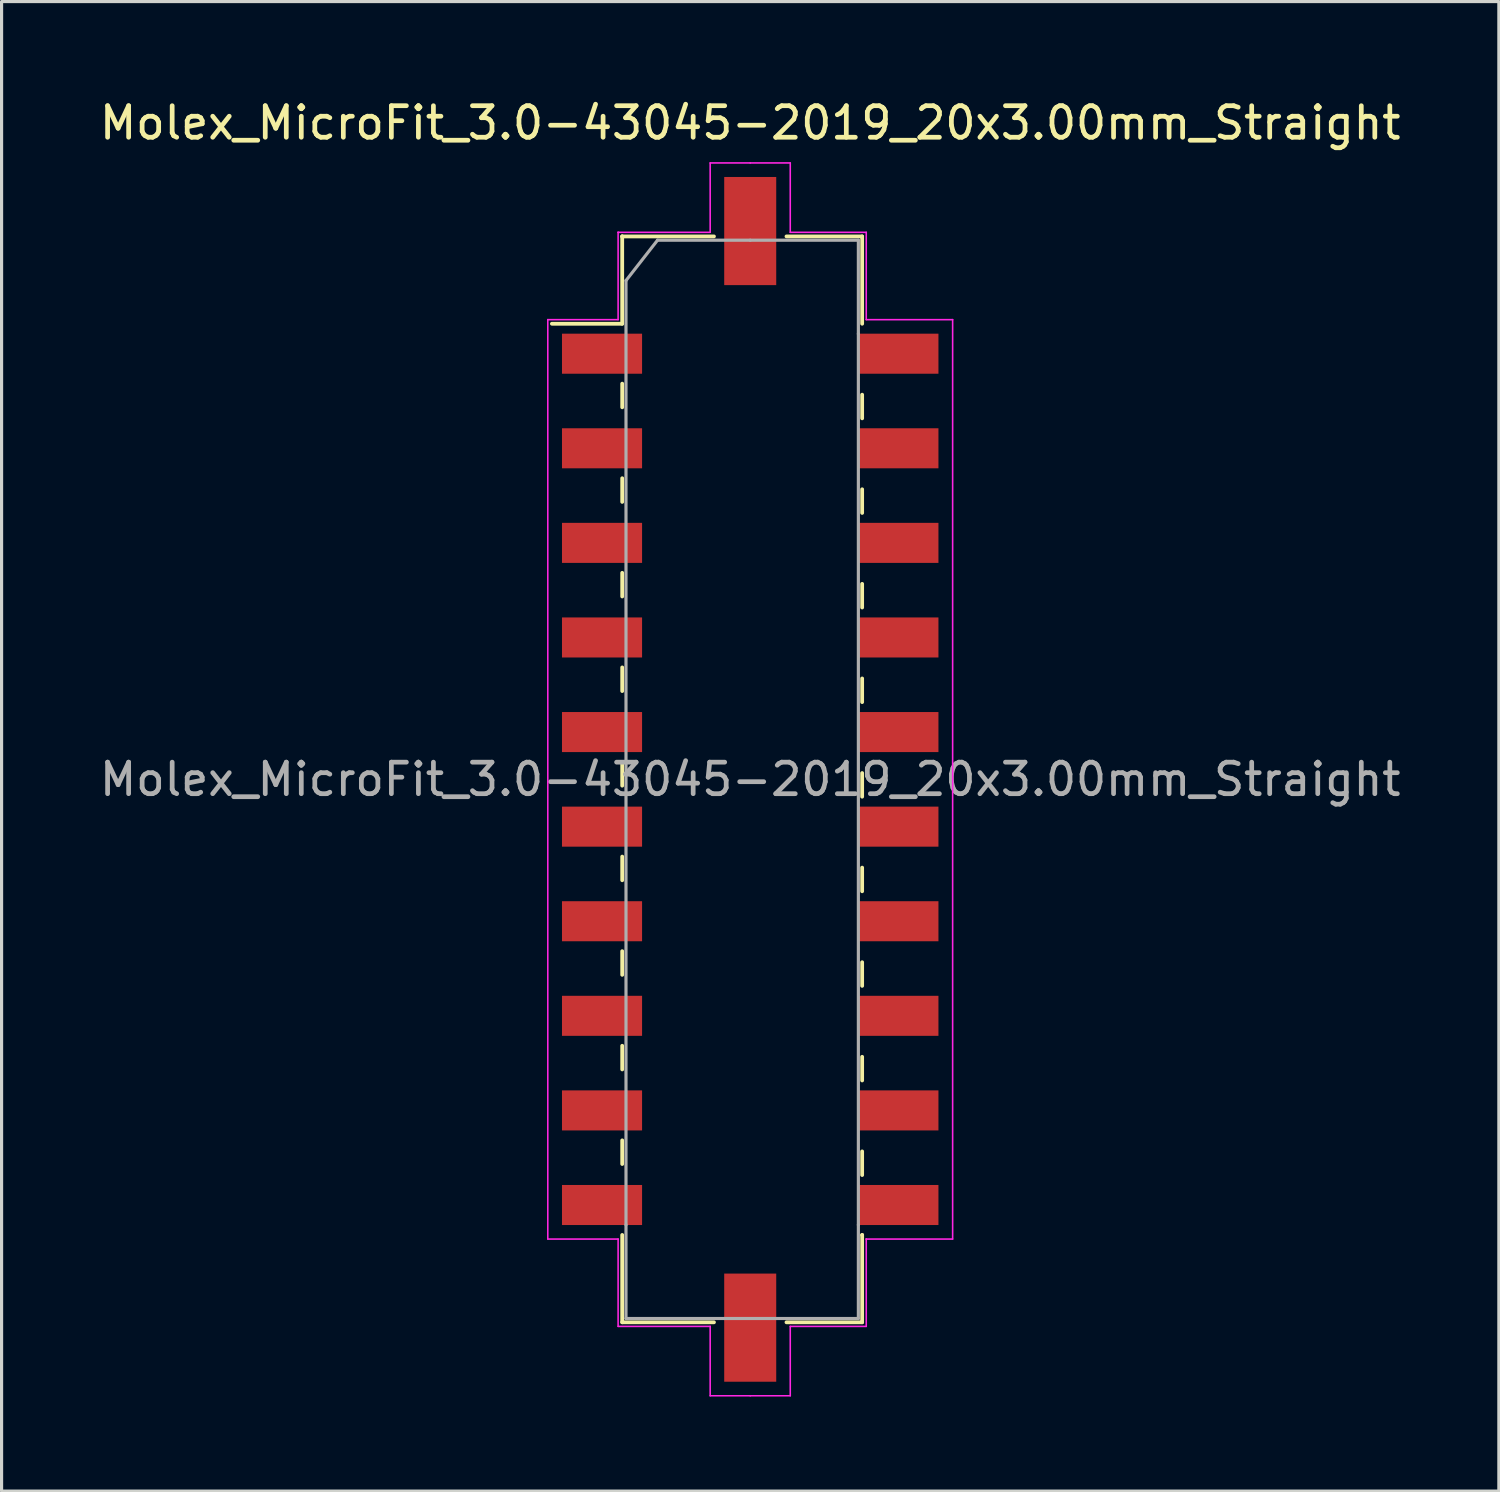
<source format=kicad_pcb>
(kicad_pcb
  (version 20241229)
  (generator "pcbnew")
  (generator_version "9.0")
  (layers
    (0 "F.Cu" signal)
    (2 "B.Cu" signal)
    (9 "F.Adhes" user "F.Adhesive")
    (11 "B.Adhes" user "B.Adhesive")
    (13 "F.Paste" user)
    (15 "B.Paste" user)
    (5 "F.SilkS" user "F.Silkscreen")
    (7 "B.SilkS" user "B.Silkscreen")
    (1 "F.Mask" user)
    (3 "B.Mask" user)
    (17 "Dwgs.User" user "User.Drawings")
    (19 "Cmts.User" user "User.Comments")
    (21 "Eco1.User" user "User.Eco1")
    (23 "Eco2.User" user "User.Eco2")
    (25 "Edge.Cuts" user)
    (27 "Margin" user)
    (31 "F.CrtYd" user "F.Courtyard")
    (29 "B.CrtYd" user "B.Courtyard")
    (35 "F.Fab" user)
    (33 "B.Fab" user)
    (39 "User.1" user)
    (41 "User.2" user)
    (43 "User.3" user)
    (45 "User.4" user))
  (footprint "Molex_MicroFit_3.0-43045-2019_20x3.00mm_Straight"
    (layer "F.Cu")
    (at 20.744 21.668)
    (property "Reference" "Molex_MicroFit_3.0-43045-2019_20x3.00mm_Straight" (at 0 -20.82 0) (layer "F.SilkS") (effects (font (size 1 1) (thickness 0.15))))
    (attr smd)
    (fp_line (start -6.29 -14.45) (end -4.06 -14.45) (stroke (width 0.12) (type solid)) (layer "F.SilkS"))
    (fp_line (start -4.06 -17.22) (end -4.06 -17.22) (stroke (width 0.12) (type solid)) (layer "F.SilkS"))
    (fp_line (start -4.06 -17.22) (end -1.15 -17.22) (stroke (width 0.12) (type solid)) (layer "F.SilkS"))
    (fp_line (start -4.06 -14.45) (end -4.06 -17.22) (stroke (width 0.12) (type solid)) (layer "F.SilkS"))
    (fp_line (start -4.06 -12.55) (end -4.06 -11.8) (stroke (width 0.12) (type solid)) (layer "F.SilkS"))
    (fp_line (start -4.06 -9.55) (end -4.06 -8.8) (stroke (width 0.12) (type solid)) (layer "F.SilkS"))
    (fp_line (start -4.06 -6.55) (end -4.06 -5.8) (stroke (width 0.12) (type solid)) (layer "F.SilkS"))
    (fp_line (start -4.06 -3.55) (end -4.06 -2.8) (stroke (width 0.12) (type solid)) (layer "F.SilkS"))
    (fp_line (start -4.06 -0.55) (end -4.06 0.2) (stroke (width 0.12) (type solid)) (layer "F.SilkS"))
    (fp_line (start -4.06 2.45) (end -4.06 3.2) (stroke (width 0.12) (type solid)) (layer "F.SilkS"))
    (fp_line (start -4.06 5.45) (end -4.06 6.2) (stroke (width 0.12) (type solid)) (layer "F.SilkS"))
    (fp_line (start -4.06 8.45) (end -4.06 9.2) (stroke (width 0.12) (type solid)) (layer "F.SilkS"))
    (fp_line (start -4.06 11.45) (end -4.06 12.2) (stroke (width 0.12) (type solid)) (layer "F.SilkS"))
    (fp_line (start -4.06 17.22) (end -4.06 14.45) (stroke (width 0.12) (type solid)) (layer "F.SilkS"))
    (fp_line (start -1.15 17.22) (end -4.06 17.22) (stroke (width 0.12) (type solid)) (layer "F.SilkS"))
    (fp_line (start 1.15 -17.22) (end 3.55 -17.22) (stroke (width 0.12) (type solid)) (layer "F.SilkS"))
    (fp_line (start 3.55 -17.22) (end 3.55 -14.45) (stroke (width 0.12) (type solid)) (layer "F.SilkS"))
    (fp_line (start 3.55 -11.45) (end 3.55 -12.2) (stroke (width 0.12) (type solid)) (layer "F.SilkS"))
    (fp_line (start 3.55 -8.45) (end 3.55 -9.2) (stroke (width 0.12) (type solid)) (layer "F.SilkS"))
    (fp_line (start 3.55 -5.45) (end 3.55 -6.2) (stroke (width 0.12) (type solid)) (layer "F.SilkS"))
    (fp_line (start 3.55 -2.45) (end 3.55 -3.2) (stroke (width 0.12) (type solid)) (layer "F.SilkS"))
    (fp_line (start 3.55 0.55) (end 3.55 -0.2) (stroke (width 0.12) (type solid)) (layer "F.SilkS"))
    (fp_line (start 3.55 3.55) (end 3.55 2.8) (stroke (width 0.12) (type solid)) (layer "F.SilkS"))
    (fp_line (start 3.55 6.55) (end 3.55 5.8) (stroke (width 0.12) (type solid)) (layer "F.SilkS"))
    (fp_line (start 3.55 9.55) (end 3.55 8.8) (stroke (width 0.12) (type solid)) (layer "F.SilkS"))
    (fp_line (start 3.55 12.55) (end 3.55 11.8) (stroke (width 0.12) (type solid)) (layer "F.SilkS"))
    (fp_line (start 3.55 14.45) (end 3.55 14.45) (stroke (width 0.12) (type solid)) (layer "F.SilkS"))
    (fp_line (start 3.55 14.45) (end 3.55 17.22) (stroke (width 0.12) (type solid)) (layer "F.SilkS"))
    (fp_line (start 3.55 17.22) (end 1.15 17.22) (stroke (width 0.12) (type solid)) (layer "F.SilkS"))
    (fp_line (start -6.42 -14.58) (end -4.19 -14.58) (stroke (width 0.05) (type solid)) (layer "F.CrtYd"))
    (fp_line (start -6.42 14.58) (end -6.42 -14.58) (stroke (width 0.05) (type solid)) (layer "F.CrtYd"))
    (fp_line (start -4.19 -17.35) (end -4.19 -17.35) (stroke (width 0.05) (type solid)) (layer "F.CrtYd"))
    (fp_line (start -4.19 -17.35) (end -1.27 -17.35) (stroke (width 0.05) (type solid)) (layer "F.CrtYd"))
    (fp_line (start -4.19 -14.58) (end -4.19 -17.35) (stroke (width 0.05) (type solid)) (layer "F.CrtYd"))
    (fp_line (start -4.19 14.58) (end -6.42 14.58) (stroke (width 0.05) (type solid)) (layer "F.CrtYd"))
    (fp_line (start -4.19 17.35) (end -4.19 14.58) (stroke (width 0.05) (type solid)) (layer "F.CrtYd"))
    (fp_line (start -1.27 -19.55) (end 0 -19.55) (stroke (width 0.05) (type solid)) (layer "F.CrtYd"))
    (fp_line (start -1.27 -17.35) (end -1.27 -19.55) (stroke (width 0.05) (type solid)) (layer "F.CrtYd"))
    (fp_line (start -1.27 17.35) (end -4.19 17.35) (stroke (width 0.05) (type solid)) (layer "F.CrtYd"))
    (fp_line (start -1.27 19.55) (end -1.27 17.35) (stroke (width 0.05) (type solid)) (layer "F.CrtYd"))
    (fp_line (start 0 -19.55) (end 1.27 -19.55) (stroke (width 0.05) (type solid)) (layer "F.CrtYd"))
    (fp_line (start 0 19.55) (end -1.27 19.55) (stroke (width 0.05) (type solid)) (layer "F.CrtYd"))
    (fp_line (start 1.27 -19.55) (end 1.27 -17.35) (stroke (width 0.05) (type solid)) (layer "F.CrtYd"))
    (fp_line (start 1.27 -17.35) (end 3.68 -17.35) (stroke (width 0.05) (type solid)) (layer "F.CrtYd"))
    (fp_line (start 1.27 17.35) (end 1.27 19.55) (stroke (width 0.05) (type solid)) (layer "F.CrtYd"))
    (fp_line (start 1.27 19.55) (end 0 19.55) (stroke (width 0.05) (type solid)) (layer "F.CrtYd"))
    (fp_line (start 3.68 -17.35) (end 3.68 -14.58) (stroke (width 0.05) (type solid)) (layer "F.CrtYd"))
    (fp_line (start 3.68 -14.58) (end 6.42 -14.58) (stroke (width 0.05) (type solid)) (layer "F.CrtYd"))
    (fp_line (start 3.68 14.58) (end 3.68 14.58) (stroke (width 0.05) (type solid)) (layer "F.CrtYd"))
    (fp_line (start 3.68 14.58) (end 3.68 17.35) (stroke (width 0.05) (type solid)) (layer "F.CrtYd"))
    (fp_line (start 3.68 17.35) (end 1.27 17.35) (stroke (width 0.05) (type solid)) (layer "F.CrtYd"))
    (fp_line (start 6.42 -14.58) (end 6.42 14.58) (stroke (width 0.05) (type solid)) (layer "F.CrtYd"))
    (fp_line (start 6.42 14.58) (end 3.68 14.58) (stroke (width 0.05) (type solid)) (layer "F.CrtYd"))
    (fp_line (start -3.94 -15.82) (end -2.94 -17.1) (stroke (width 0.1) (type solid)) (layer "F.Fab"))
    (fp_line (start -3.94 14.13) (end -3.94 -15.82) (stroke (width 0.1) (type solid)) (layer "F.Fab"))
    (fp_line (start -3.94 17.1) (end -3.94 14.13) (stroke (width 0.1) (type solid)) (layer "F.Fab"))
    (fp_line (start -2.94 -17.1) (end 0 -17.1) (stroke (width 0.1) (type solid)) (layer "F.Fab"))
    (fp_line (start -0.82 17.1) (end -3.94 17.1) (stroke (width 0.1) (type solid)) (layer "F.Fab"))
    (fp_line (start 0 -17.1) (end 3.43 -17.1) (stroke (width 0.1) (type solid)) (layer "F.Fab"))
    (fp_line (start 3.43 -17.1) (end 3.43 -14.13) (stroke (width 0.1) (type solid)) (layer "F.Fab"))
    (fp_line (start 3.43 -14.13) (end 3.43 14.13) (stroke (width 0.1) (type solid)) (layer "F.Fab"))
    (fp_line (start 3.43 14.13) (end 3.43 17.1) (stroke (width 0.1) (type solid)) (layer "F.Fab"))
    (fp_line (start 3.43 17.1) (end -0.82 17.1) (stroke (width 0.1) (type solid)) (layer "F.Fab"))
    (fp_text user "${REFERENCE}" (at 0 0 0) (layer "F.Fab") (effects (font (size 1 1) (thickness 0.15))))
    (pad "" smd rect (at 0 -17.39) (size 1.65 3.43) (layers "F.Cu" "F.Mask" "F.Paste"))
    (pad "" smd rect (at 0 17.39) (size 1.65 3.43) (layers "F.Cu" "F.Mask" "F.Paste"))
    (pad "1" smd rect (at -4.7 -13.5) (size 2.54 1.27) (layers "F.Cu" "F.Mask" "F.Paste"))
    (pad "2" smd rect (at -4.7 -10.5) (size 2.54 1.27) (layers "F.Cu" "F.Mask" "F.Paste"))
    (pad "3" smd rect (at -4.7 -7.5) (size 2.54 1.27) (layers "F.Cu" "F.Mask" "F.Paste"))
    (pad "4" smd rect (at -4.7 -4.5) (size 2.54 1.27) (layers "F.Cu" "F.Mask" "F.Paste"))
    (pad "5" smd rect (at -4.7 -1.5) (size 2.54 1.27) (layers "F.Cu" "F.Mask" "F.Paste"))
    (pad "6" smd rect (at -4.7 1.5) (size 2.54 1.27) (layers "F.Cu" "F.Mask" "F.Paste"))
    (pad "7" smd rect (at -4.7 4.5) (size 2.54 1.27) (layers "F.Cu" "F.Mask" "F.Paste"))
    (pad "8" smd rect (at -4.7 7.5) (size 2.54 1.27) (layers "F.Cu" "F.Mask" "F.Paste"))
    (pad "9" smd rect (at -4.7 10.5) (size 2.54 1.27) (layers "F.Cu" "F.Mask" "F.Paste"))
    (pad "10" smd rect (at -4.7 13.5) (size 2.54 1.27) (layers "F.Cu" "F.Mask" "F.Paste"))
    (pad "11" smd rect (at 4.7 13.5) (size 2.54 1.27) (layers "F.Cu" "F.Mask" "F.Paste"))
    (pad "12" smd rect (at 4.7 10.5) (size 2.54 1.27) (layers "F.Cu" "F.Mask" "F.Paste"))
    (pad "13" smd rect (at 4.7 7.5) (size 2.54 1.27) (layers "F.Cu" "F.Mask" "F.Paste"))
    (pad "14" smd rect (at 4.7 4.5) (size 2.54 1.27) (layers "F.Cu" "F.Mask" "F.Paste"))
    (pad "15" smd rect (at 4.7 1.5) (size 2.54 1.27) (layers "F.Cu" "F.Mask" "F.Paste"))
    (pad "16" smd rect (at 4.7 -1.5) (size 2.54 1.27) (layers "F.Cu" "F.Mask" "F.Paste"))
    (pad "17" smd rect (at 4.7 -4.5) (size 2.54 1.27) (layers "F.Cu" "F.Mask" "F.Paste"))
    (pad "18" smd rect (at 4.7 -7.5) (size 2.54 1.27) (layers "F.Cu" "F.Mask" "F.Paste"))
    (pad "19" smd rect (at 4.7 -10.5) (size 2.54 1.27) (layers "F.Cu" "F.Mask" "F.Paste"))
    (pad "20" smd rect (at 4.7 -13.5) (size 2.54 1.27) (layers "F.Cu" "F.Mask" "F.Paste")))
  (gr_rect
    (start -3 -3)
    (end 44.488 44.243)
    (stroke (width 0.1) (type default))
    (fill no)
    (layer "Edge.Cuts")))
</source>
